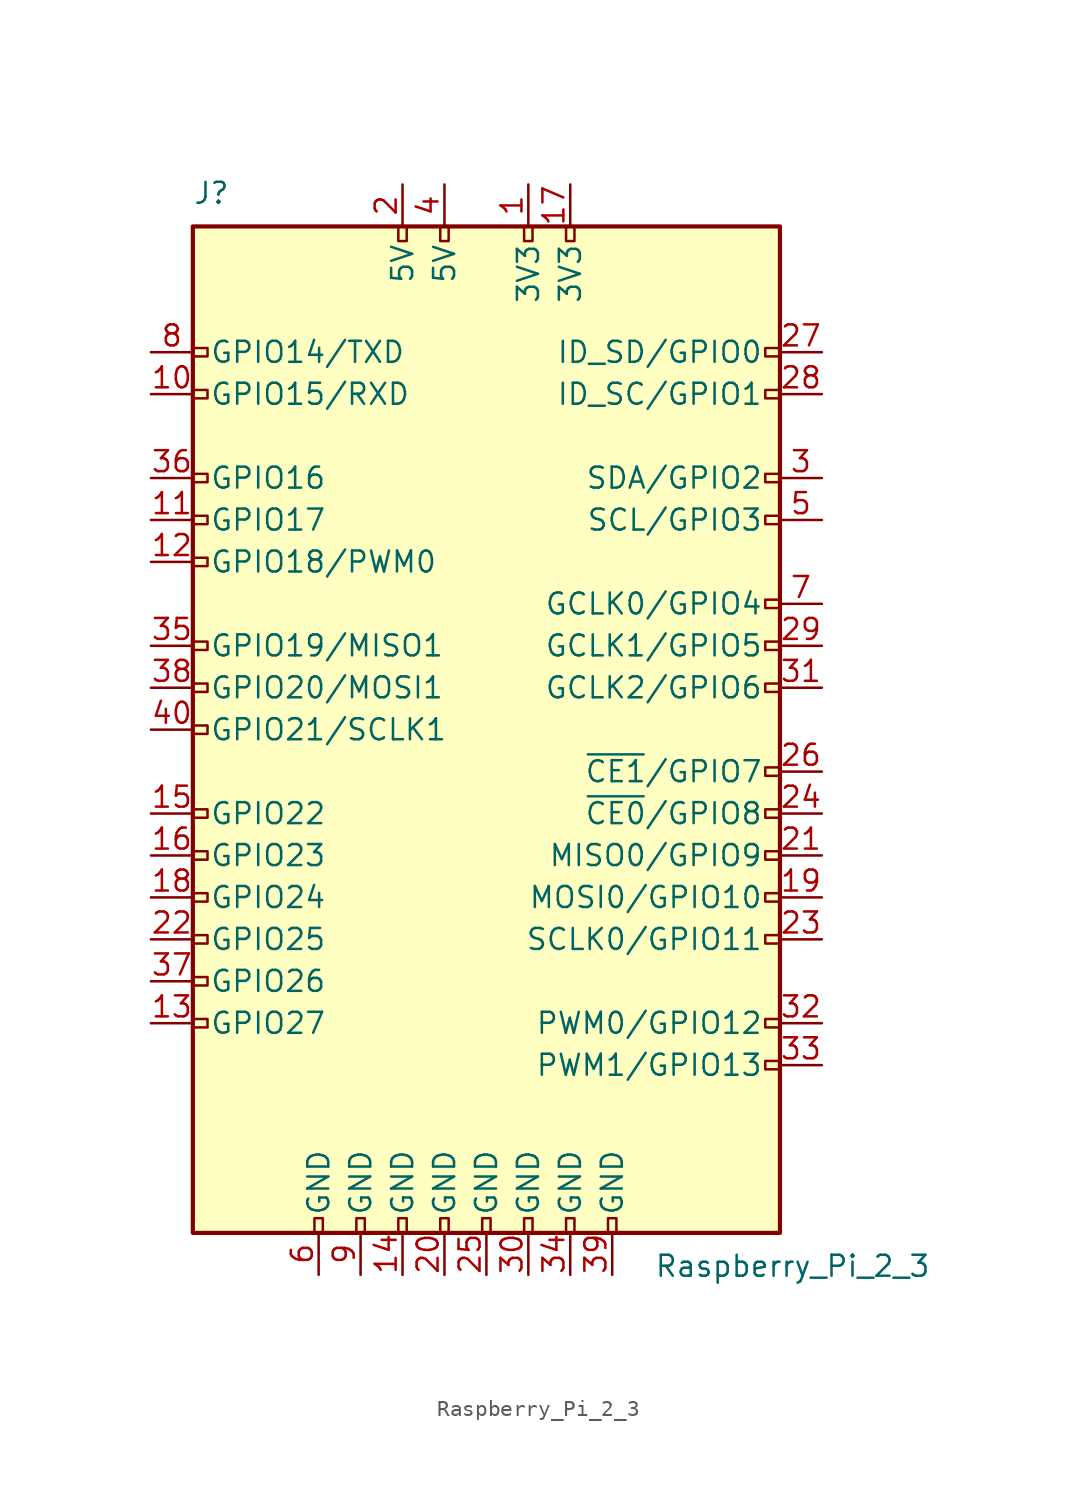
<source format=kicad_sym>
(kicad_symbol_lib
  (version 20201005)
  (generator kicad_symbol_editor)
  (symbol "Connector:Raspberry_Pi_2_3"
    (pin_names
      (offset 1.016))
    (property "Reference" "J"
      (at -17.78 31.75 0)
      (effects (font (size 1.27 1.27)) (justify left bottom)))
    (property "Value" "Raspberry_Pi_2_3"
      (at 10.16 -31.75 0)
      (effects (font (size 1.27 1.27)) (justify left top)))
    (symbol "Raspberry_Pi_2_3_0_1"
      (rectangle (start -17.78 30.48) (end 17.78 -30.48) (stroke (width 0.254)) (fill (type background))))
    (symbol "Raspberry_Pi_2_3_1_1"
      (rectangle (start -16.891 -17.526) (end -17.78 -18.034) (stroke (width 0)) (fill (type none)))
      (rectangle (start -16.891 -14.986) (end -17.78 -15.494) (stroke (width 0)) (fill (type none)))
      (rectangle (start -16.891 -12.446) (end -17.78 -12.954) (stroke (width 0)) (fill (type none)))
      (rectangle (start -16.891 -9.906) (end -17.78 -10.414) (stroke (width 0)) (fill (type none)))
      (rectangle (start -16.891 -7.366) (end -17.78 -7.874) (stroke (width 0)) (fill (type none)))
      (rectangle (start -16.891 -4.826) (end -17.78 -5.334) (stroke (width 0)) (fill (type none)))
      (rectangle (start -16.891 0.254) (end -17.78 -0.254) (stroke (width 0)) (fill (type none)))
      (rectangle (start -16.891 2.794) (end -17.78 2.286) (stroke (width 0)) (fill (type none)))
      (rectangle (start -16.891 5.334) (end -17.78 4.826) (stroke (width 0)) (fill (type none)))
      (rectangle (start -16.891 10.414) (end -17.78 9.906) (stroke (width 0)) (fill (type none)))
      (rectangle (start -16.891 12.954) (end -17.78 12.446) (stroke (width 0)) (fill (type none)))
      (rectangle (start -16.891 15.494) (end -17.78 14.986) (stroke (width 0)) (fill (type none)))
      (rectangle (start -16.891 20.574) (end -17.78 20.066) (stroke (width 0)) (fill (type none)))
      (rectangle (start -16.891 23.114) (end -17.78 22.606) (stroke (width 0)) (fill (type none)))
      (rectangle (start -10.414 -29.591) (end -9.906 -30.48) (stroke (width 0)) (fill (type none)))
      (rectangle (start -7.874 -29.591) (end -7.366 -30.48) (stroke (width 0)) (fill (type none)))
      (rectangle (start -5.334 -29.591) (end -4.826 -30.48) (stroke (width 0)) (fill (type none)))
      (rectangle (start -5.334 30.48) (end -4.826 29.591) (stroke (width 0)) (fill (type none)))
      (rectangle (start -2.794 -29.591) (end -2.286 -30.48) (stroke (width 0)) (fill (type none)))
      (rectangle (start -2.794 30.48) (end -2.286 29.591) (stroke (width 0)) (fill (type none)))
      (rectangle (start -0.254 -29.591) (end 0.254 -30.48) (stroke (width 0)) (fill (type none)))
      (rectangle (start 2.286 -29.591) (end 2.794 -30.48) (stroke (width 0)) (fill (type none)))
      (rectangle (start 2.286 30.48) (end 2.794 29.591) (stroke (width 0)) (fill (type none)))
      (rectangle (start 4.826 -29.591) (end 5.334 -30.48) (stroke (width 0)) (fill (type none)))
      (rectangle (start 4.826 30.48) (end 5.334 29.591) (stroke (width 0)) (fill (type none)))
      (rectangle (start 7.366 -29.591) (end 7.874 -30.48) (stroke (width 0)) (fill (type none)))
      (rectangle (start 17.78 -20.066) (end 16.891 -20.574) (stroke (width 0)) (fill (type none)))
      (rectangle (start 17.78 -17.526) (end 16.891 -18.034) (stroke (width 0)) (fill (type none)))
      (rectangle (start 17.78 -12.446) (end 16.891 -12.954) (stroke (width 0)) (fill (type none)))
      (rectangle (start 17.78 -9.906) (end 16.891 -10.414) (stroke (width 0)) (fill (type none)))
      (rectangle (start 17.78 -7.366) (end 16.891 -7.874) (stroke (width 0)) (fill (type none)))
      (rectangle (start 17.78 -4.826) (end 16.891 -5.334) (stroke (width 0)) (fill (type none)))
      (rectangle (start 17.78 -2.286) (end 16.891 -2.794) (stroke (width 0)) (fill (type none)))
      (rectangle (start 17.78 2.794) (end 16.891 2.286) (stroke (width 0)) (fill (type none)))
      (rectangle (start 17.78 5.334) (end 16.891 4.826) (stroke (width 0)) (fill (type none)))
      (rectangle (start 17.78 7.874) (end 16.891 7.366) (stroke (width 0)) (fill (type none)))
      (rectangle (start 17.78 12.954) (end 16.891 12.446) (stroke (width 0)) (fill (type none)))
      (rectangle (start 17.78 15.494) (end 16.891 14.986) (stroke (width 0)) (fill (type none)))
      (rectangle (start 17.78 20.574) (end 16.891 20.066) (stroke (width 0)) (fill (type none)))
      (rectangle (start 17.78 23.114) (end 16.891 22.606) (stroke (width 0)) (fill (type none)))
      (pin power_in line (at 2.54 33.02 270) (length 2.54) (name "3V3" (effects (font (size 1.27 1.27)))) (number "1" (effects (font (size 1.27 1.27)))))
      (pin bidirectional line (at -20.32 20.32 0) (length 2.54) (name "GPIO15/RXD" (effects (font (size 1.27 1.27)))) (number "10" (effects (font (size 1.27 1.27)))))
      (pin bidirectional line (at -20.32 12.7 0) (length 2.54) (name "GPIO17" (effects (font (size 1.27 1.27)))) (number "11" (effects (font (size 1.27 1.27)))))
      (pin bidirectional line (at -20.32 10.16 0) (length 2.54) (name "GPIO18/PWM0" (effects (font (size 1.27 1.27)))) (number "12" (effects (font (size 1.27 1.27)))))
      (pin bidirectional line (at -20.32 -17.78 0) (length 2.54) (name "GPIO27" (effects (font (size 1.27 1.27)))) (number "13" (effects (font (size 1.27 1.27)))))
      (pin power_in line (at -5.08 -33.02 90) (length 2.54) (name "GND" (effects (font (size 1.27 1.27)))) (number "14" (effects (font (size 1.27 1.27)))))
      (pin bidirectional line (at -20.32 -5.08 0) (length 2.54) (name "GPIO22" (effects (font (size 1.27 1.27)))) (number "15" (effects (font (size 1.27 1.27)))))
      (pin bidirectional line (at -20.32 -7.62 0) (length 2.54) (name "GPIO23" (effects (font (size 1.27 1.27)))) (number "16" (effects (font (size 1.27 1.27)))))
      (pin power_in line (at 5.08 33.02 270) (length 2.54) (name "3V3" (effects (font (size 1.27 1.27)))) (number "17" (effects (font (size 1.27 1.27)))))
      (pin bidirectional line (at -20.32 -10.16 0) (length 2.54) (name "GPIO24" (effects (font (size 1.27 1.27)))) (number "18" (effects (font (size 1.27 1.27)))))
      (pin bidirectional line (at 20.32 -10.16 180) (length 2.54) (name "MOSI0/GPIO10" (effects (font (size 1.27 1.27)))) (number "19" (effects (font (size 1.27 1.27)))))
      (pin power_in line (at -5.08 33.02 270) (length 2.54) (name "5V" (effects (font (size 1.27 1.27)))) (number "2" (effects (font (size 1.27 1.27)))))
      (pin power_in line (at -2.54 -33.02 90) (length 2.54) (name "GND" (effects (font (size 1.27 1.27)))) (number "20" (effects (font (size 1.27 1.27)))))
      (pin bidirectional line (at 20.32 -7.62 180) (length 2.54) (name "MISO0/GPIO9" (effects (font (size 1.27 1.27)))) (number "21" (effects (font (size 1.27 1.27)))))
      (pin bidirectional line (at -20.32 -12.7 0) (length 2.54) (name "GPIO25" (effects (font (size 1.27 1.27)))) (number "22" (effects (font (size 1.27 1.27)))))
      (pin bidirectional line (at 20.32 -12.7 180) (length 2.54) (name "SCLK0/GPIO11" (effects (font (size 1.27 1.27)))) (number "23" (effects (font (size 1.27 1.27)))))
      (pin bidirectional line (at 20.32 -5.08 180) (length 2.54) (name "~CE0~/GPIO8" (effects (font (size 1.27 1.27)))) (number "24" (effects (font (size 1.27 1.27)))))
      (pin power_in line (at 0 -33.02 90) (length 2.54) (name "GND" (effects (font (size 1.27 1.27)))) (number "25" (effects (font (size 1.27 1.27)))))
      (pin bidirectional line (at 20.32 -2.54 180) (length 2.54) (name "~CE1~/GPIO7" (effects (font (size 1.27 1.27)))) (number "26" (effects (font (size 1.27 1.27)))))
      (pin bidirectional line (at 20.32 22.86 180) (length 2.54) (name "ID_SD/GPIO0" (effects (font (size 1.27 1.27)))) (number "27" (effects (font (size 1.27 1.27)))))
      (pin bidirectional line (at 20.32 20.32 180) (length 2.54) (name "ID_SC/GPIO1" (effects (font (size 1.27 1.27)))) (number "28" (effects (font (size 1.27 1.27)))))
      (pin bidirectional line (at 20.32 5.08 180) (length 2.54) (name "GCLK1/GPIO5" (effects (font (size 1.27 1.27)))) (number "29" (effects (font (size 1.27 1.27)))))
      (pin bidirectional line (at 20.32 15.24 180) (length 2.54) (name "SDA/GPIO2" (effects (font (size 1.27 1.27)))) (number "3" (effects (font (size 1.27 1.27)))))
      (pin power_in line (at 2.54 -33.02 90) (length 2.54) (name "GND" (effects (font (size 1.27 1.27)))) (number "30" (effects (font (size 1.27 1.27)))))
      (pin bidirectional line (at 20.32 2.54 180) (length 2.54) (name "GCLK2/GPIO6" (effects (font (size 1.27 1.27)))) (number "31" (effects (font (size 1.27 1.27)))))
      (pin bidirectional line (at 20.32 -17.78 180) (length 2.54) (name "PWM0/GPIO12" (effects (font (size 1.27 1.27)))) (number "32" (effects (font (size 1.27 1.27)))))
      (pin bidirectional line (at 20.32 -20.32 180) (length 2.54) (name "PWM1/GPIO13" (effects (font (size 1.27 1.27)))) (number "33" (effects (font (size 1.27 1.27)))))
      (pin power_in line (at 5.08 -33.02 90) (length 2.54) (name "GND" (effects (font (size 1.27 1.27)))) (number "34" (effects (font (size 1.27 1.27)))))
      (pin bidirectional line (at -20.32 5.08 0) (length 2.54) (name "GPIO19/MISO1" (effects (font (size 1.27 1.27)))) (number "35" (effects (font (size 1.27 1.27)))))
      (pin bidirectional line (at -20.32 15.24 0) (length 2.54) (name "GPIO16" (effects (font (size 1.27 1.27)))) (number "36" (effects (font (size 1.27 1.27)))))
      (pin bidirectional line (at -20.32 -15.24 0) (length 2.54) (name "GPIO26" (effects (font (size 1.27 1.27)))) (number "37" (effects (font (size 1.27 1.27)))))
      (pin bidirectional line (at -20.32 2.54 0) (length 2.54) (name "GPIO20/MOSI1" (effects (font (size 1.27 1.27)))) (number "38" (effects (font (size 1.27 1.27)))))
      (pin power_in line (at 7.62 -33.02 90) (length 2.54) (name "GND" (effects (font (size 1.27 1.27)))) (number "39" (effects (font (size 1.27 1.27)))))
      (pin power_in line (at -2.54 33.02 270) (length 2.54) (name "5V" (effects (font (size 1.27 1.27)))) (number "4" (effects (font (size 1.27 1.27)))))
      (pin bidirectional line (at -20.32 0 0) (length 2.54) (name "GPIO21/SCLK1" (effects (font (size 1.27 1.27)))) (number "40" (effects (font (size 1.27 1.27)))))
      (pin bidirectional line (at 20.32 12.7 180) (length 2.54) (name "SCL/GPIO3" (effects (font (size 1.27 1.27)))) (number "5" (effects (font (size 1.27 1.27)))))
      (pin power_in line (at -10.16 -33.02 90) (length 2.54) (name "GND" (effects (font (size 1.27 1.27)))) (number "6" (effects (font (size 1.27 1.27)))))
      (pin bidirectional line (at 20.32 7.62 180) (length 2.54) (name "GCLK0/GPIO4" (effects (font (size 1.27 1.27)))) (number "7" (effects (font (size 1.27 1.27)))))
      (pin bidirectional line (at -20.32 22.86 0) (length 2.54) (name "GPIO14/TXD" (effects (font (size 1.27 1.27)))) (number "8" (effects (font (size 1.27 1.27)))))
      (pin power_in line (at -7.62 -33.02 90) (length 2.54) (name "GND" (effects (font (size 1.27 1.27)))) (number "9" (effects (font (size 1.27 1.27))))))))
</source>
